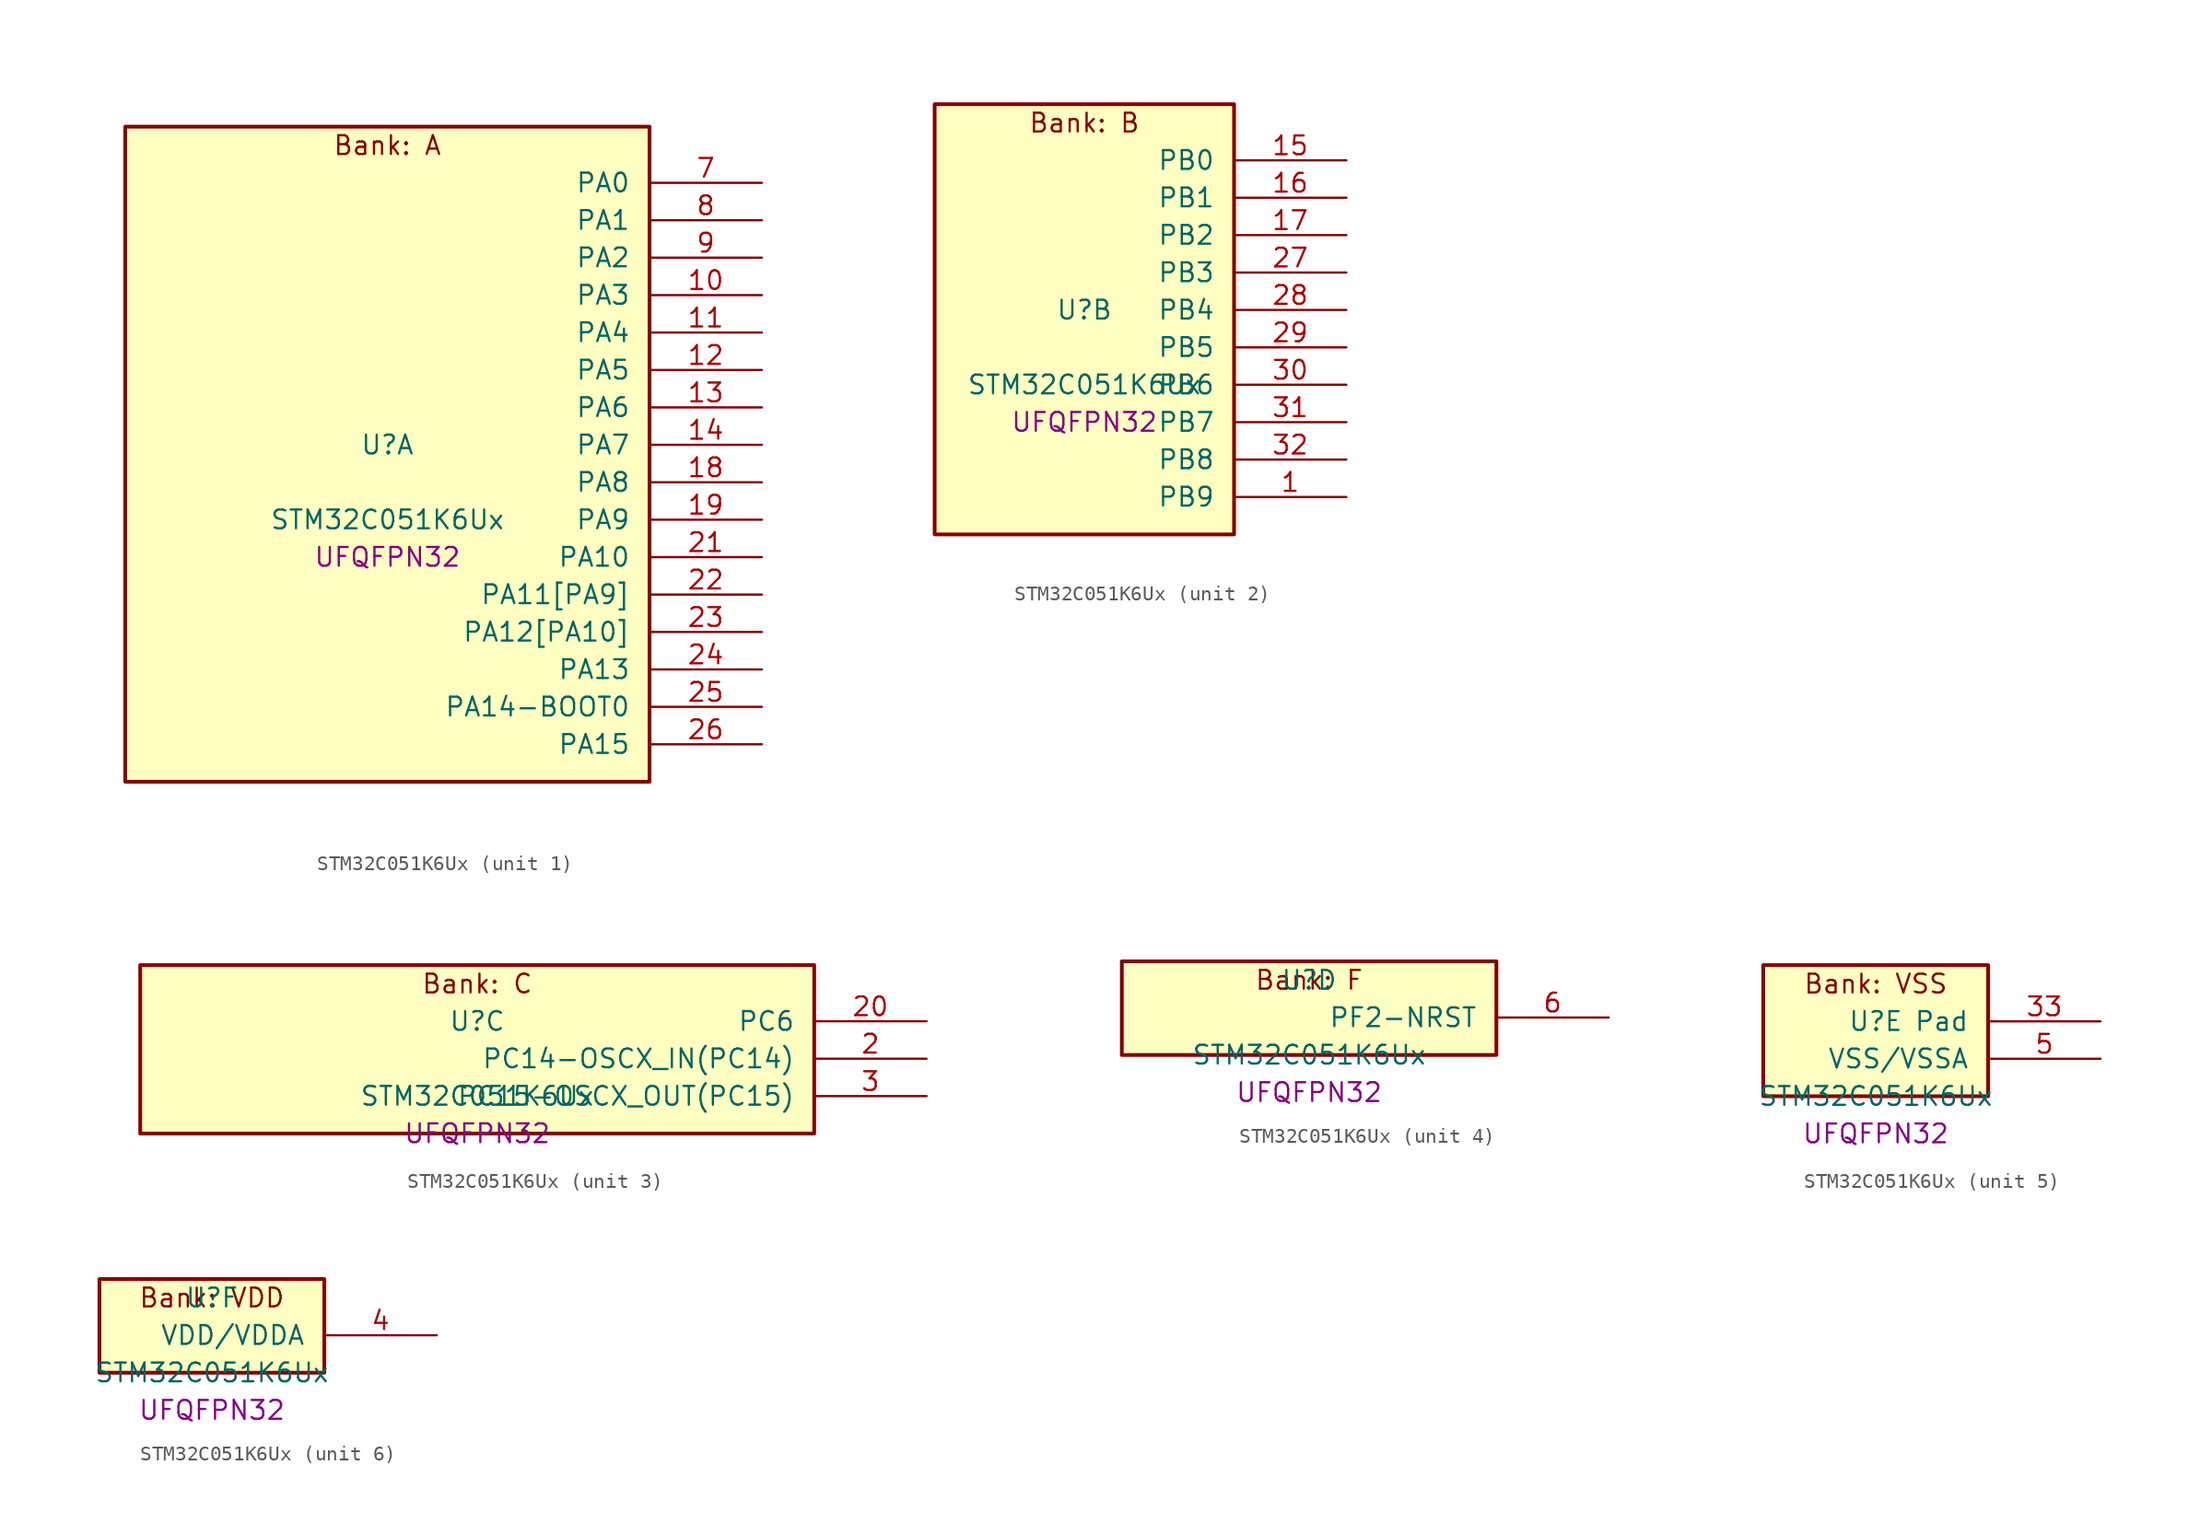
<source format=kicad_sym>
(kicad_symbol_lib
  (version 20241209)
  (generator "stm32_pkl_generator")
  (generator_version "1.0")
  (symbol "STM32C051K6Ux"
    (pin_names
      (offset 1.27))
    (property "Reference" "U"
      (at 0 2.54 0))
    (property "Value" "STM32C051K6Ux"
      (at 0 -2.54 0))
    (property "Footprint" "UFQFPN32"
      (at 0 -5.08 0))
    (symbol "STM32C051K6Ux_1_1"
      (rectangle (start -17.78 24.13) (end 17.78 -20.32) (stroke (width 0.254) (type solid)) (fill (type background)))
      (text "Bank: A" (at 0 22.86 0))
      (pin bidirectional line (at 25.4 20.32 180) (length 7.62) (name "PA0") (number "7") (alternate "PA0/ADC1_IN0" bidirectional line) (alternate "PA0/PWR_WKUP1" bidirectional line) (alternate "PA0/SPI2_SCK" bidirectional line) (alternate "PA0/TIM16_CH1" bidirectional line) (alternate "PA0/TIM1_CH1" bidirectional line) (alternate "PA0/TIM2_CH1" bidirectional line) (alternate "PA0/TIM2_ETR" bidirectional line) (alternate "PA0/USART1_TX" bidirectional line) (alternate "PA0/USART2_CTS" bidirectional line) (alternate "PA0/USART2_NSS" bidirectional line))
      (pin bidirectional line (at 25.4 17.78 180) (length 7.62) (name "PA1") (number "8") (alternate "PA1/ADC1_IN1" bidirectional line) (alternate "PA1/I2C1_SMBA" bidirectional line) (alternate "PA1/I2S1_CK" bidirectional line) (alternate "PA1/SPI1_SCK" bidirectional line) (alternate "PA1/TIM17_CH1" bidirectional line) (alternate "PA1/TIM1_CH2" bidirectional line) (alternate "PA1/TIM2_CH2" bidirectional line) (alternate "PA1/USART1_RX" bidirectional line) (alternate "PA1/USART2_CK" bidirectional line) (alternate "PA1/USART2_DE" bidirectional line) (alternate "PA1/USART2_RTS" bidirectional line))
      (pin bidirectional line (at 25.4 15.24 180) (length 7.62) (name "PA2") (number "9") (alternate "PA2/ADC1_IN2" bidirectional line) (alternate "PA2/I2S1_SD" bidirectional line) (alternate "PA2/PWR_WKUP4" bidirectional line) (alternate "PA2/RCC_LSCO" bidirectional line) (alternate "PA2/SPI1_MOSI" bidirectional line) (alternate "PA2/TIM16_CH1N" bidirectional line) (alternate "PA2/TIM1_CH3" bidirectional line) (alternate "PA2/TIM2_CH3" bidirectional line) (alternate "PA2/TIM3_ETR" bidirectional line) (alternate "PA2/USART2_TX" bidirectional line))
      (pin bidirectional line (at 25.4 12.7 180) (length 7.62) (name "PA3") (number "10") (alternate "PA3/ADC1_IN3" bidirectional line) (alternate "PA3/SPI2_MISO" bidirectional line) (alternate "PA3/TIM1_CH1N" bidirectional line) (alternate "PA3/TIM1_CH4" bidirectional line) (alternate "PA3/TIM2_CH4" bidirectional line) (alternate "PA3/USART2_RX" bidirectional line))
      (pin bidirectional line (at 25.4 10.16 180) (length 7.62) (name "PA4") (number "11") (alternate "PA4/ADC1_IN4" bidirectional line) (alternate "PA4/I2S1_WS" bidirectional line) (alternate "PA4/PWR_WKUP2" bidirectional line) (alternate "PA4/RTC_OUT1" bidirectional line) (alternate "PA4/RTC_TS" bidirectional line) (alternate "PA4/SPI1_NSS" bidirectional line) (alternate "PA4/SPI2_MOSI" bidirectional line) (alternate "PA4/TIM14_CH1" bidirectional line) (alternate "PA4/TIM17_CH1N" bidirectional line) (alternate "PA4/TIM1_CH2N" bidirectional line) (alternate "PA4/USART2_TX" bidirectional line))
      (pin bidirectional line (at 25.4 7.62 180) (length 7.62) (name "PA5") (number "12") (alternate "PA5/ADC1_IN5" bidirectional line) (alternate "PA5/I2S1_CK" bidirectional line) (alternate "PA5/SPI1_SCK" bidirectional line) (alternate "PA5/TIM1_CH1" bidirectional line) (alternate "PA5/TIM1_CH3N" bidirectional line) (alternate "PA5/TIM2_CH1" bidirectional line) (alternate "PA5/TIM2_ETR" bidirectional line) (alternate "PA5/USART2_RX" bidirectional line))
      (pin bidirectional line (at 25.4 5.08 180) (length 7.62) (name "PA6") (number "13") (alternate "PA6/ADC1_IN6" bidirectional line) (alternate "PA6/I2C2_SDA" bidirectional line) (alternate "PA6/I2S1_MCK" bidirectional line) (alternate "PA6/SPI1_MISO" bidirectional line) (alternate "PA6/TIM16_CH1" bidirectional line) (alternate "PA6/TIM1_BKIN" bidirectional line) (alternate "PA6/TIM3_CH1" bidirectional line) (alternate "PA6/USART1_TX" bidirectional line))
      (pin bidirectional line (at 25.4 2.54 180) (length 7.62) (name "PA7") (number "14") (alternate "PA7/ADC1_IN7" bidirectional line) (alternate "PA7/I2C2_SCL" bidirectional line) (alternate "PA7/I2S1_SD" bidirectional line) (alternate "PA7/SPI1_MOSI" bidirectional line) (alternate "PA7/TIM14_CH1" bidirectional line) (alternate "PA7/TIM17_CH1" bidirectional line) (alternate "PA7/TIM1_CH1N" bidirectional line) (alternate "PA7/TIM3_CH2" bidirectional line) (alternate "PA7/USART1_RX" bidirectional line))
      (pin bidirectional line (at 25.4 0 180) (length 7.62) (name "PA8") (number "18") (alternate "PA8/ADC1_IN8" bidirectional line) (alternate "PA8/I2S1_WS" bidirectional line) (alternate "PA8/RCC_MCO" bidirectional line) (alternate "PA8/RCC_MCO_2" bidirectional line) (alternate "PA8/SPI1_NSS" bidirectional line) (alternate "PA8/SPI2_MISO" bidirectional line) (alternate "PA8/SPI2_NSS" bidirectional line) (alternate "PA8/TIM14_CH1" bidirectional line) (alternate "PA8/TIM1_CH1" bidirectional line) (alternate "PA8/TIM1_CH2N" bidirectional line) (alternate "PA8/TIM1_CH3N" bidirectional line) (alternate "PA8/TIM3_CH3" bidirectional line) (alternate "PA8/TIM3_CH4" bidirectional line) (alternate "PA8/USART1_RX" bidirectional line) (alternate "PA8/USART2_TX" bidirectional line))
      (pin bidirectional line (at 25.4 -2.54 180) (length 7.62) (name "PA9") (number "19") (alternate "PA9/I2C1_SCL" bidirectional line) (alternate "PA9/I2C2_SCL" bidirectional line) (alternate "PA9/RCC_MCO" bidirectional line) (alternate "PA9/SPI2_MISO" bidirectional line) (alternate "PA9/TIM1_CH2" bidirectional line) (alternate "PA9/TIM3_ETR" bidirectional line) (alternate "PA9/USART1_TX" bidirectional line) (alternate "PA9/NC" bidirectional line))
      (pin bidirectional line (at 25.4 -5.08 180) (length 7.62) (name "PA10") (number "21") (alternate "PA10/I2C1_SDA" bidirectional line) (alternate "PA10/I2C2_SDA" bidirectional line) (alternate "PA10/RCC_MCO_2" bidirectional line) (alternate "PA10/SPI2_MOSI" bidirectional line) (alternate "PA10/TIM17_BKIN" bidirectional line) (alternate "PA10/TIM1_CH3" bidirectional line) (alternate "PA10/USART1_RX" bidirectional line) (alternate "PA10/NC" bidirectional line))
      (pin bidirectional line (at 25.4 -7.62 180) (length 7.62) (name "PA11[PA9]") (number "22") (alternate "PA11[PA9]/ADC1_EXTI11" bidirectional line) (alternate "PA11[PA9]/ADC1_IN11" bidirectional line) (alternate "PA11[PA9]/I2C2_SCL" bidirectional line) (alternate "PA11[PA9]/I2S1_MCK" bidirectional line) (alternate "PA11[PA9]/SPI1_MISO" bidirectional line) (alternate "PA11[PA9]/TIM1_BKIN2" bidirectional line) (alternate "PA11[PA9]/TIM1_CH4" bidirectional line) (alternate "PA11[PA9]/USART1_CTS" bidirectional line) (alternate "PA11[PA9]/USART1_NSS" bidirectional line) (alternate "PA11[PA9]/PA9[PA11]" bidirectional line) (alternate "PA11[PA9]/I2C1_SCL" bidirectional line) (alternate "PA11[PA9]/RCC_MCO" bidirectional line) (alternate "PA11[PA9]/SPI2_MISO" bidirectional line) (alternate "PA11[PA9]/TIM1_CH2" bidirectional line) (alternate "PA11[PA9]/TIM3_ETR" bidirectional line) (alternate "PA11[PA9]/USART1_TX" bidirectional line))
      (pin bidirectional line (at 25.4 -10.16 180) (length 7.62) (name "PA12[PA10]") (number "23") (alternate "PA12[PA10]/ADC1_IN12" bidirectional line) (alternate "PA12[PA10]/I2C2_SDA" bidirectional line) (alternate "PA12[PA10]/I2S1_SD" bidirectional line) (alternate "PA12[PA10]/I2S_CKIN" bidirectional line) (alternate "PA12[PA10]/SPI1_MOSI" bidirectional line) (alternate "PA12[PA10]/TIM1_ETR" bidirectional line) (alternate "PA12[PA10]/USART1_CK" bidirectional line) (alternate "PA12[PA10]/USART1_DE" bidirectional line) (alternate "PA12[PA10]/USART1_RTS" bidirectional line) (alternate "PA12[PA10]/PA10[PA12]" bidirectional line) (alternate "PA12[PA10]/I2C1_SDA" bidirectional line) (alternate "PA12[PA10]/RCC_MCO_2" bidirectional line) (alternate "PA12[PA10]/SPI2_MOSI" bidirectional line) (alternate "PA12[PA10]/TIM17_BKIN" bidirectional line) (alternate "PA12[PA10]/TIM1_CH3" bidirectional line) (alternate "PA12[PA10]/USART1_RX" bidirectional line))
      (pin bidirectional line (at 25.4 -12.7 180) (length 7.62) (name "PA13") (number "24") (alternate "PA13/ADC1_IN13" bidirectional line) (alternate "PA13/DEBUG_SWDIO" bidirectional line) (alternate "PA13/IR_OUT" bidirectional line) (alternate "PA13/TIM3_ETR" bidirectional line) (alternate "PA13/USART2_RX" bidirectional line))
      (pin bidirectional line (at 25.4 -15.24 180) (length 7.62) (name "PA14-BOOT0") (number "25") (alternate "PA14-BOOT0/ADC1_IN14" bidirectional line) (alternate "PA14-BOOT0/BOOT0" bidirectional line) (alternate "PA14-BOOT0/DEBUG_SWCLK" bidirectional line) (alternate "PA14-BOOT0/I2S1_WS" bidirectional line) (alternate "PA14-BOOT0/RCC_MCO_2" bidirectional line) (alternate "PA14-BOOT0/SPI1_NSS" bidirectional line) (alternate "PA14-BOOT0/TIM1_CH1" bidirectional line) (alternate "PA14-BOOT0/USART1_CK" bidirectional line) (alternate "PA14-BOOT0/USART1_DE" bidirectional line) (alternate "PA14-BOOT0/USART1_RTS" bidirectional line) (alternate "PA14-BOOT0/USART2_RX" bidirectional line) (alternate "PA14-BOOT0/USART2_TX" bidirectional line))
      (pin bidirectional line (at 25.4 -17.78 180) (length 7.62) (name "PA15") (number "26") (alternate "PA15/I2S1_WS" bidirectional line) (alternate "PA15/RCC_MCO_2" bidirectional line) (alternate "PA15/SPI1_NSS" bidirectional line) (alternate "PA15/TIM1_CH1" bidirectional line) (alternate "PA15/TIM2_CH1" bidirectional line) (alternate "PA15/TIM2_ETR" bidirectional line) (alternate "PA15/USART1_CK" bidirectional line) (alternate "PA15/USART1_DE" bidirectional line) (alternate "PA15/USART1_RTS" bidirectional line) (alternate "PA15/USART2_RX" bidirectional line)))
    (symbol "STM32C051K6Ux_2_1"
      (rectangle (start -10.16 16.51) (end 10.16 -12.7) (stroke (width 0.254) (type solid)) (fill (type background)))
      (text "Bank: B" (at 0 15.24 0))
      (pin bidirectional line (at 17.78 12.7 180) (length 7.62) (name "PB0") (number "15") (alternate "PB0/ADC1_IN17" bidirectional line) (alternate "PB0/I2S1_WS" bidirectional line) (alternate "PB0/SPI1_NSS" bidirectional line) (alternate "PB0/TIM1_CH2N" bidirectional line) (alternate "PB0/TIM3_CH3" bidirectional line))
      (pin bidirectional line (at 17.78 10.16 180) (length 7.62) (name "PB1") (number "16") (alternate "PB1/ADC1_IN18" bidirectional line) (alternate "PB1/TIM14_CH1" bidirectional line) (alternate "PB1/TIM1_CH2N" bidirectional line) (alternate "PB1/TIM1_CH3N" bidirectional line) (alternate "PB1/TIM3_CH4" bidirectional line))
      (pin bidirectional line (at 17.78 7.62 180) (length 7.62) (name "PB2") (number "17") (alternate "PB2/ADC1_IN19" bidirectional line) (alternate "PB2/RCC_MCO_2" bidirectional line) (alternate "PB2/SPI2_MISO" bidirectional line) (alternate "PB2/USART1_RX" bidirectional line))
      (pin bidirectional line (at 17.78 5.08 180) (length 7.62) (name "PB3") (number "27") (alternate "PB3/I2C2_SCL" bidirectional line) (alternate "PB3/I2S1_CK" bidirectional line) (alternate "PB3/SPI1_SCK" bidirectional line) (alternate "PB3/TIM1_CH2" bidirectional line) (alternate "PB3/TIM2_CH2" bidirectional line) (alternate "PB3/TIM3_CH2" bidirectional line) (alternate "PB3/USART1_CK" bidirectional line) (alternate "PB3/USART1_DE" bidirectional line) (alternate "PB3/USART1_RTS" bidirectional line))
      (pin bidirectional line (at 17.78 2.54 180) (length 7.62) (name "PB4") (number "28") (alternate "PB4/I2C2_SDA" bidirectional line) (alternate "PB4/I2S1_MCK" bidirectional line) (alternate "PB4/SPI1_MISO" bidirectional line) (alternate "PB4/TIM17_BKIN" bidirectional line) (alternate "PB4/TIM3_CH1" bidirectional line) (alternate "PB4/USART1_CTS" bidirectional line) (alternate "PB4/USART1_NSS" bidirectional line))
      (pin bidirectional line (at 17.78 0 180) (length 7.62) (name "PB5") (number "29") (alternate "PB5/I2C1_SMBA" bidirectional line) (alternate "PB5/I2S1_SD" bidirectional line) (alternate "PB5/PWR_WKUP6" bidirectional line) (alternate "PB5/SPI1_MOSI" bidirectional line) (alternate "PB5/TIM16_BKIN" bidirectional line) (alternate "PB5/TIM3_CH2" bidirectional line) (alternate "PB5/TIM3_CH3" bidirectional line))
      (pin bidirectional line (at 17.78 -2.54 180) (length 7.62) (name "PB6") (number "30") (alternate "PB6/I2C1_SCL" bidirectional line) (alternate "PB6/I2C1_SMBA" bidirectional line) (alternate "PB6/I2S1_CK" bidirectional line) (alternate "PB6/I2S1_MCK" bidirectional line) (alternate "PB6/I2S1_SD" bidirectional line) (alternate "PB6/PWR_WKUP3" bidirectional line) (alternate "PB6/SPI1_MISO" bidirectional line) (alternate "PB6/SPI1_MOSI" bidirectional line) (alternate "PB6/SPI1_SCK" bidirectional line) (alternate "PB6/SPI2_MISO" bidirectional line) (alternate "PB6/TIM16_BKIN" bidirectional line) (alternate "PB6/TIM16_CH1N" bidirectional line) (alternate "PB6/TIM17_BKIN" bidirectional line) (alternate "PB6/TIM1_CH2" bidirectional line) (alternate "PB6/TIM1_CH3" bidirectional line) (alternate "PB6/TIM3_CH1" bidirectional line) (alternate "PB6/TIM3_CH2" bidirectional line) (alternate "PB6/TIM3_CH3" bidirectional line) (alternate "PB6/USART1_CTS" bidirectional line) (alternate "PB6/USART1_NSS" bidirectional line) (alternate "PB6/USART1_TX" bidirectional line))
      (pin bidirectional line (at 17.78 -5.08 180) (length 7.62) (name "PB7") (number "31") (alternate "PB7/I2C1_SCL" bidirectional line) (alternate "PB7/I2C1_SDA" bidirectional line) (alternate "PB7/RTC_REFIN" bidirectional line) (alternate "PB7/SPI2_MOSI" bidirectional line) (alternate "PB7/TIM16_CH1" bidirectional line) (alternate "PB7/TIM17_CH1N" bidirectional line) (alternate "PB7/TIM1_CH1" bidirectional line) (alternate "PB7/TIM1_CH4" bidirectional line) (alternate "PB7/TIM3_CH1" bidirectional line) (alternate "PB7/TIM3_CH4" bidirectional line) (alternate "PB7/USART1_RX" bidirectional line) (alternate "PB7/USART2_CTS" bidirectional line) (alternate "PB7/USART2_NSS" bidirectional line))
      (pin bidirectional line (at 17.78 -7.62 180) (length 7.62) (name "PB8") (number "32") (alternate "PB8/I2C1_SCL" bidirectional line) (alternate "PB8/SPI2_SCK" bidirectional line) (alternate "PB8/TIM16_CH1" bidirectional line) (alternate "PB8/TIM3_CH1" bidirectional line) (alternate "PB8/USART2_CTS" bidirectional line) (alternate "PB8/USART2_NSS" bidirectional line))
      (pin bidirectional line (at 17.78 -10.16 180) (length 7.62) (name "PB9") (number "1") (alternate "PB9/I2C1_SDA" bidirectional line) (alternate "PB9/IR_OUT" bidirectional line) (alternate "PB9/SPI2_NSS" bidirectional line) (alternate "PB9/TIM17_CH1" bidirectional line) (alternate "PB9/TIM3_CH2" bidirectional line) (alternate "PB9/USART2_CK" bidirectional line) (alternate "PB9/USART2_DE" bidirectional line) (alternate "PB9/USART2_RTS" bidirectional line)))
    (symbol "STM32C051K6Ux_3_1"
      (rectangle (start -22.86 6.35) (end 22.86 -5.08) (stroke (width 0.254) (type solid)) (fill (type background)))
      (text "Bank: C" (at 0 5.08 0))
      (pin bidirectional line (at 30.48 2.54 180) (length 7.62) (name "PC6") (number "20") (alternate "PC6/TIM2_CH3" bidirectional line) (alternate "PC6/TIM3_CH1" bidirectional line))
      (pin bidirectional line (at 30.48 0 180) (length 7.62) (name "PC14-OSCX_IN(PC14)") (number "2") (alternate "PC14-OSCX_IN(PC14)/I2C1_SDA" bidirectional line) (alternate "PC14-OSCX_IN(PC14)/IR_OUT" bidirectional line) (alternate "PC14-OSCX_IN(PC14)/RCC_OSCX_IN" bidirectional line) (alternate "PC14-OSCX_IN(PC14)/SPI2_NSS" bidirectional line) (alternate "PC14-OSCX_IN(PC14)/TIM17_CH1" bidirectional line) (alternate "PC14-OSCX_IN(PC14)/TIM1_BKIN2" bidirectional line) (alternate "PC14-OSCX_IN(PC14)/TIM1_ETR" bidirectional line) (alternate "PC14-OSCX_IN(PC14)/TIM3_CH2" bidirectional line) (alternate "PC14-OSCX_IN(PC14)/USART1_RX" bidirectional line) (alternate "PC14-OSCX_IN(PC14)/USART1_TX" bidirectional line) (alternate "PC14-OSCX_IN(PC14)/USART2_CK" bidirectional line) (alternate "PC14-OSCX_IN(PC14)/USART2_DE" bidirectional line) (alternate "PC14-OSCX_IN(PC14)/USART2_RTS" bidirectional line))
      (pin bidirectional line (at 30.48 -2.54 180) (length 7.62) (name "PC15-OSCX_OUT(PC15)") (number "3") (alternate "PC15-OSCX_OUT(PC15)/RCC_OSC32_EN" bidirectional line) (alternate "PC15-OSCX_OUT(PC15)/RCC_OSCX_OUT" bidirectional line) (alternate "PC15-OSCX_OUT(PC15)/RCC_OSC_EN" bidirectional line) (alternate "PC15-OSCX_OUT(PC15)/TIM1_CH2" bidirectional line) (alternate "PC15-OSCX_OUT(PC15)/TIM1_ETR" bidirectional line) (alternate "PC15-OSCX_OUT(PC15)/TIM3_CH3" bidirectional line)))
    (symbol "STM32C051K6Ux_4_1"
      (rectangle (start -12.7 3.81) (end 12.7 -2.54) (stroke (width 0.254) (type solid)) (fill (type background)))
      (text "Bank: F" (at 0 2.54 0))
      (pin bidirectional line (at 20.32 0 180) (length 7.62) (name "PF2-NRST") (number "6") (alternate "PF2-NRST/RCC_MCO" bidirectional line) (alternate "PF2-NRST/TIM1_CH4" bidirectional line)))
    (symbol "STM32C051K6Ux_5_1"
      (rectangle (start -7.62 6.35) (end 7.62 -2.54) (stroke (width 0.254) (type solid)) (fill (type background)))
      (text "Bank: VSS" (at 0 5.08 0))
      (pin passive line (at 15.24 2.54 180) (length 7.62) (name "Pad") (number "33"))
      (pin power_in line (at 15.24 0 180) (length 7.62) (name "VSS/VSSA") (number "5")))
    (symbol "STM32C051K6Ux_6_1"
      (rectangle (start -7.62 3.81) (end 7.62 -2.54) (stroke (width 0.254) (type solid)) (fill (type background)))
      (text "Bank: VDD" (at 0 2.54 0))
      (pin power_in line (at 15.24 0 180) (length 7.62) (name "VDD/VDDA") (number "4")))))
</source>
